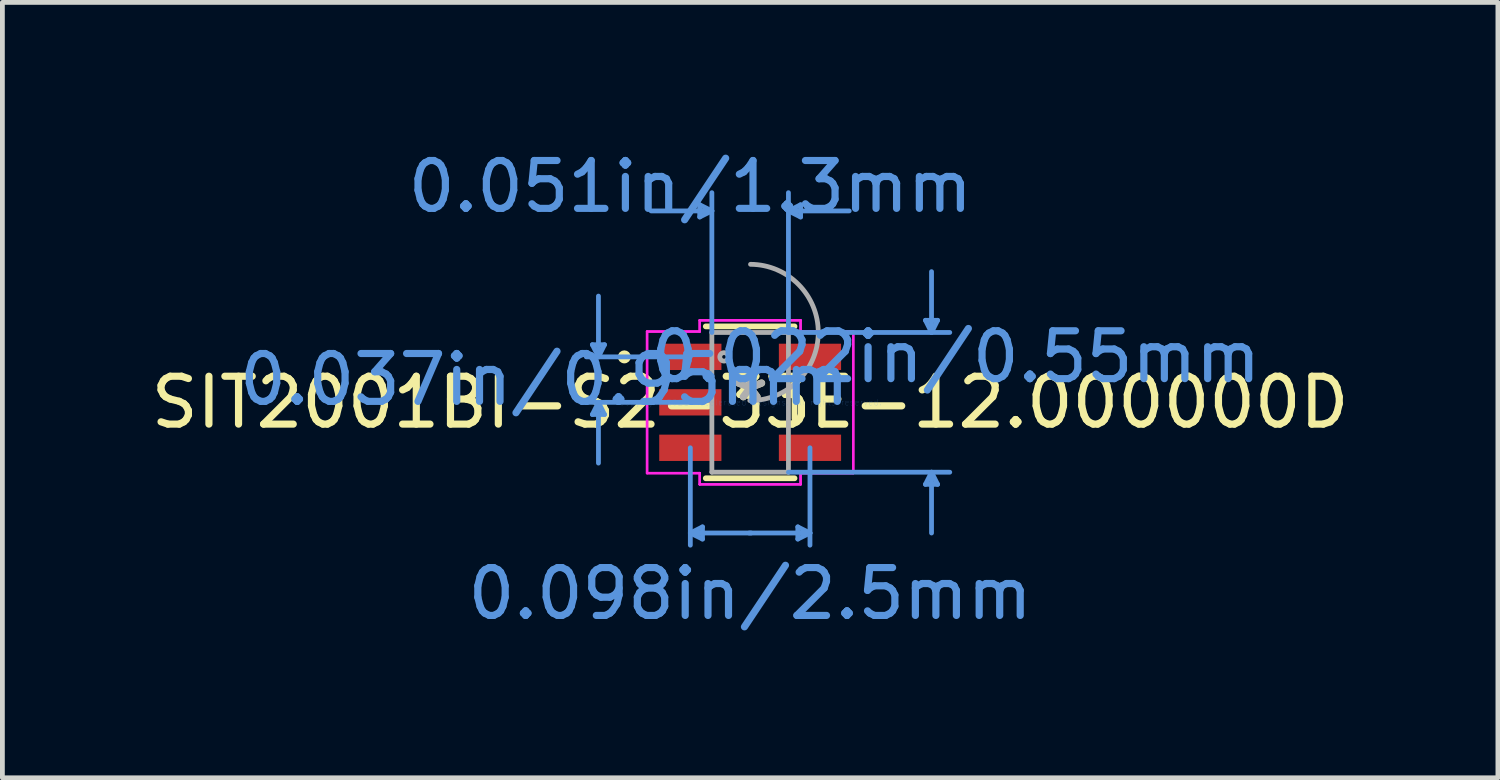
<source format=kicad_pcb>
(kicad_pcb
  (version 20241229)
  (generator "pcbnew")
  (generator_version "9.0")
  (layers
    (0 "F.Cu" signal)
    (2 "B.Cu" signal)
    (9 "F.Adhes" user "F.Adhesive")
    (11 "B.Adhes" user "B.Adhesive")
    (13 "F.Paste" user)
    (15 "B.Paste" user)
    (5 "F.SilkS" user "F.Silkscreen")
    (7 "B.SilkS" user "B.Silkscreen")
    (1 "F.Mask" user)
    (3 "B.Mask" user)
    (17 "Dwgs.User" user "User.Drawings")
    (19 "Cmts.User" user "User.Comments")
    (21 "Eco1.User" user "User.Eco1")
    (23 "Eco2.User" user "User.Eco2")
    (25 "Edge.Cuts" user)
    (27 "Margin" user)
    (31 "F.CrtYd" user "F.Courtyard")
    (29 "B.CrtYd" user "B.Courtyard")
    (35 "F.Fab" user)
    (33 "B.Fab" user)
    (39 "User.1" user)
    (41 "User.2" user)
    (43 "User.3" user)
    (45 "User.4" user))
  (footprint "SIT2001BI-S2-33E-12.000000D"
    (layer "F.Cu")
    (at 12.625 5.357)
    (property "Reference" "SIT2001BI-S2-33E-12.000000D" (at 0 0 0) (layer "F.SilkS") (effects (font (size 1 1) (thickness 0.15))))
    (attr through_hole)
    (fp_line (start -0.927 1.587) (end 0.927 1.587) (stroke (width 0.12) (type solid)) (layer "F.SilkS"))
    (fp_line (start 0.927 -1.587) (end -0.927 -1.587) (stroke (width 0.12) (type solid)) (layer "F.SilkS"))
    (fp_line (start 0.927 0.342) (end 0.927 -0.342) (stroke (width 0.12) (type solid)) (layer "F.SilkS"))
    (fp_circle (center -2.629 -0.95) (end -2.553 -0.95) (stroke (width 0.12) (type solid)) (fill no) (layer "F.SilkS"))
    (fp_line (start -3.297 -1.204) (end -3.17 -0.95) (stroke (width 0.1) (type solid)) (layer "Cmts.User"))
    (fp_line (start -3.297 0.254) (end -3.17 0) (stroke (width 0.1) (type solid)) (layer "Cmts.User"))
    (fp_line (start -3.17 -0.95) (end -3.17 -2.22) (stroke (width 0.1) (type solid)) (layer "Cmts.User"))
    (fp_line (start -3.17 -0.95) (end -3.043 -1.204) (stroke (width 0.1) (type solid)) (layer "Cmts.User"))
    (fp_line (start -3.17 0) (end -3.17 1.27) (stroke (width 0.1) (type solid)) (layer "Cmts.User"))
    (fp_line (start -3.17 0) (end -3.043 0.254) (stroke (width 0.1) (type solid)) (layer "Cmts.User"))
    (fp_line (start -3.043 -1.204) (end -3.297 -1.204) (stroke (width 0.1) (type solid)) (layer "Cmts.User"))
    (fp_line (start -3.043 0.254) (end -3.297 0.254) (stroke (width 0.1) (type solid)) (layer "Cmts.User"))
    (fp_line (start -1.25 -0.95) (end -3.424 -0.95) (stroke (width 0.1) (type solid)) (layer "Cmts.User"))
    (fp_line (start -1.25 0) (end -3.424 0) (stroke (width 0.1) (type solid)) (layer "Cmts.User"))
    (fp_line (start -1.25 0.95) (end -1.25 2.985) (stroke (width 0.1) (type solid)) (layer "Cmts.User"))
    (fp_line (start -1.25 2.731) (end -0.996 2.857) (stroke (width 0.1) (type solid)) (layer "Cmts.User"))
    (fp_line (start -1.25 2.731) (end 0.02 2.731) (stroke (width 0.1) (type solid)) (layer "Cmts.User"))
    (fp_line (start -1.054 -4.128) (end -1.054 -3.873) (stroke (width 0.1) (type solid)) (layer "Cmts.User"))
    (fp_line (start -0.996 2.603) (end -1.25 2.731) (stroke (width 0.1) (type solid)) (layer "Cmts.User"))
    (fp_line (start -0.996 2.857) (end -0.996 2.603) (stroke (width 0.1) (type solid)) (layer "Cmts.User"))
    (fp_line (start -0.8 -4) (end -2.07 -4) (stroke (width 0.1) (type solid)) (layer "Cmts.User"))
    (fp_line (start -0.8 -4) (end -1.054 -4.128) (stroke (width 0.1) (type solid)) (layer "Cmts.User"))
    (fp_line (start -0.8 -4) (end -1.054 -3.873) (stroke (width 0.1) (type solid)) (layer "Cmts.User"))
    (fp_line (start -0.8 -1.46) (end -0.8 -4.381) (stroke (width 0.1) (type solid)) (layer "Cmts.User"))
    (fp_line (start 0.8 -4) (end 1.054 -4.128) (stroke (width 0.1) (type solid)) (layer "Cmts.User"))
    (fp_line (start 0.8 -4) (end 1.054 -3.873) (stroke (width 0.1) (type solid)) (layer "Cmts.User"))
    (fp_line (start 0.8 -4) (end 2.07 -4) (stroke (width 0.1) (type solid)) (layer "Cmts.User"))
    (fp_line (start 0.8 -1.46) (end 0.8 -4.381) (stroke (width 0.1) (type solid)) (layer "Cmts.User"))
    (fp_line (start 0.8 -1.46) (end 4.171 -1.46) (stroke (width 0.1) (type solid)) (layer "Cmts.User"))
    (fp_line (start 0.8 1.46) (end 4.171 1.46) (stroke (width 0.1) (type solid)) (layer "Cmts.User"))
    (fp_line (start 0.996 2.603) (end 1.25 2.731) (stroke (width 0.1) (type solid)) (layer "Cmts.User"))
    (fp_line (start 0.996 2.857) (end 0.996 2.603) (stroke (width 0.1) (type solid)) (layer "Cmts.User"))
    (fp_line (start 1.054 -4.128) (end 1.054 -3.873) (stroke (width 0.1) (type solid)) (layer "Cmts.User"))
    (fp_line (start 1.25 0.95) (end 1.25 2.985) (stroke (width 0.1) (type solid)) (layer "Cmts.User"))
    (fp_line (start 1.25 2.731) (end -0.02 2.731) (stroke (width 0.1) (type solid)) (layer "Cmts.User"))
    (fp_line (start 1.25 2.731) (end 0.996 2.857) (stroke (width 0.1) (type solid)) (layer "Cmts.User"))
    (fp_line (start 3.663 -1.714) (end 3.917 -1.714) (stroke (width 0.1) (type solid)) (layer "Cmts.User"))
    (fp_line (start 3.663 1.714) (end 3.917 1.714) (stroke (width 0.1) (type solid)) (layer "Cmts.User"))
    (fp_line (start 3.79 -1.46) (end 3.663 -1.714) (stroke (width 0.1) (type solid)) (layer "Cmts.User"))
    (fp_line (start 3.79 -1.46) (end 3.79 -2.731) (stroke (width 0.1) (type solid)) (layer "Cmts.User"))
    (fp_line (start 3.79 -1.46) (end 3.917 -1.714) (stroke (width 0.1) (type solid)) (layer "Cmts.User"))
    (fp_line (start 3.79 1.46) (end 3.663 1.714) (stroke (width 0.1) (type solid)) (layer "Cmts.User"))
    (fp_line (start 3.79 1.46) (end 3.79 2.731) (stroke (width 0.1) (type solid)) (layer "Cmts.User"))
    (fp_line (start 3.79 1.46) (end 3.917 1.714) (stroke (width 0.1) (type solid)) (layer "Cmts.User"))
    (fp_line (start -2.154 -1.479) (end -1.054 -1.479) (stroke (width 0.05) (type solid)) (layer "F.CrtYd"))
    (fp_line (start -2.154 -1.479) (end -1.054 -1.479) (stroke (width 0.05) (type solid)) (layer "F.CrtYd"))
    (fp_line (start -2.154 1.479) (end -2.154 -1.479) (stroke (width 0.05) (type solid)) (layer "F.CrtYd"))
    (fp_line (start -2.154 1.479) (end -2.154 -1.479) (stroke (width 0.05) (type solid)) (layer "F.CrtYd"))
    (fp_line (start -2.154 1.479) (end -1.054 1.479) (stroke (width 0.05) (type solid)) (layer "F.CrtYd"))
    (fp_line (start -1.054 -1.714) (end 1.054 -1.714) (stroke (width 0.05) (type solid)) (layer "F.CrtYd"))
    (fp_line (start -1.054 -1.714) (end 1.054 -1.714) (stroke (width 0.05) (type solid)) (layer "F.CrtYd"))
    (fp_line (start -1.054 -1.479) (end -1.054 -1.714) (stroke (width 0.05) (type solid)) (layer "F.CrtYd"))
    (fp_line (start -1.054 -1.479) (end -1.054 -1.714) (stroke (width 0.05) (type solid)) (layer "F.CrtYd"))
    (fp_line (start -1.054 1.479) (end -2.154 1.479) (stroke (width 0.05) (type solid)) (layer "F.CrtYd"))
    (fp_line (start -1.054 1.714) (end -1.054 1.479) (stroke (width 0.05) (type solid)) (layer "F.CrtYd"))
    (fp_line (start -1.054 1.714) (end -1.054 1.479) (stroke (width 0.05) (type solid)) (layer "F.CrtYd"))
    (fp_line (start 1.054 -1.714) (end 1.054 -1.479) (stroke (width 0.05) (type solid)) (layer "F.CrtYd"))
    (fp_line (start 1.054 -1.714) (end 1.054 -1.479) (stroke (width 0.05) (type solid)) (layer "F.CrtYd"))
    (fp_line (start 1.054 -1.479) (end 2.154 -1.479) (stroke (width 0.05) (type solid)) (layer "F.CrtYd"))
    (fp_line (start 1.054 1.479) (end 1.054 1.714) (stroke (width 0.05) (type solid)) (layer "F.CrtYd"))
    (fp_line (start 1.054 1.479) (end 1.054 1.714) (stroke (width 0.05) (type solid)) (layer "F.CrtYd"))
    (fp_line (start 1.054 1.714) (end -1.054 1.714) (stroke (width 0.05) (type solid)) (layer "F.CrtYd"))
    (fp_line (start 1.054 1.714) (end -1.054 1.714) (stroke (width 0.05) (type solid)) (layer "F.CrtYd"))
    (fp_line (start 2.154 -1.479) (end 1.054 -1.479) (stroke (width 0.05) (type solid)) (layer "F.CrtYd"))
    (fp_line (start 2.154 -1.479) (end 2.154 1.479) (stroke (width 0.05) (type solid)) (layer "F.CrtYd"))
    (fp_line (start 2.154 -1.479) (end 2.154 1.479) (stroke (width 0.05) (type solid)) (layer "F.CrtYd"))
    (fp_line (start 2.154 1.479) (end 1.054 1.479) (stroke (width 0.05) (type solid)) (layer "F.CrtYd"))
    (fp_line (start 2.154 1.479) (end 1.054 1.479) (stroke (width 0.05) (type solid)) (layer "F.CrtYd"))
    (fp_line (start -0.8 -1.46) (end -0.8 1.46) (stroke (width 0.1) (type solid)) (layer "F.Fab"))
    (fp_line (start -0.8 1.46) (end 0.8 1.46) (stroke (width 0.1) (type solid)) (layer "F.Fab"))
    (fp_line (start 0.8 -1.46) (end -0.8 -1.46) (stroke (width 0.1) (type solid)) (layer "F.Fab"))
    (fp_line (start 0.8 1.46) (end 0.8 -1.46) (stroke (width 0.1) (type solid)) (layer "F.Fab"))
    (fp_arc (start 0.007742 -2.883903) (mid 1.423403 -1.452758) (end -0.007742 -0.037097) (stroke (width 0.1) (type solid)) (layer "F.Fab"))
    (fp_circle (center -0.546 -0.95) (end -0.508 -0.95) (stroke (width 0.1) (type solid)) (fill no) (layer "F.Fab"))
    (fp_text user "*" (at 0 0 0) (layer "F.SilkS") (effects (font (size 1 1) (thickness 0.15))))
    (fp_text user "0.037in/0.95mm" (at -4.298 -0.475 0) (layer "Cmts.User") (effects (font (size 1 1) (thickness 0.15))))
    (fp_text user "0.022in/0.55mm" (at 4.298 -0.95 0) (layer "Cmts.User") (effects (font (size 1 1) (thickness 0.15))))
    (fp_text user "0.051in/1.3mm" (at -1.25 -4.508 0) (layer "Cmts.User") (effects (font (size 1 1) (thickness 0.15))))
    (fp_text user "Copyright 2021 Accelerated Designs. All rights reserved." (at 0 0 0) (layer "Cmts.User") (effects (font (size 0.127 0.127) (thickness 0.002))))
    (fp_text user "0.098in/2.5mm" (at 0 3.998 0) (layer "Cmts.User") (effects (font (size 1 1) (thickness 0.15))))
    (fp_text user "*" (at 0 0 0) (layer "F.Fab") (effects (font (size 1 1) (thickness 0.15))))
    (pad "1" smd rect (at -1.25 -0.95) (size 1.3 0.55) (layers "F.Cu" "F.Mask" "F.Paste"))
    (pad "2" smd rect (at -1.25 0) (size 1.3 0.55) (layers "F.Cu" "F.Mask" "F.Paste"))
    (pad "3" smd rect (at -1.25 0.95) (size 1.3 0.55) (layers "F.Cu" "F.Mask" "F.Paste"))
    (pad "4" smd rect (at 1.25 0.95) (size 1.3 0.55) (layers "F.Cu" "F.Mask" "F.Paste"))
    (pad "5" smd rect (at 1.25 -0.95) (size 1.3 0.55) (layers "F.Cu" "F.Mask" "F.Paste")))
  (gr_rect
    (start -3 -3)
    (end 28.25 13.203)
    (stroke (width 0.1) (type default))
    (fill no)
    (layer "Edge.Cuts")))
</source>
